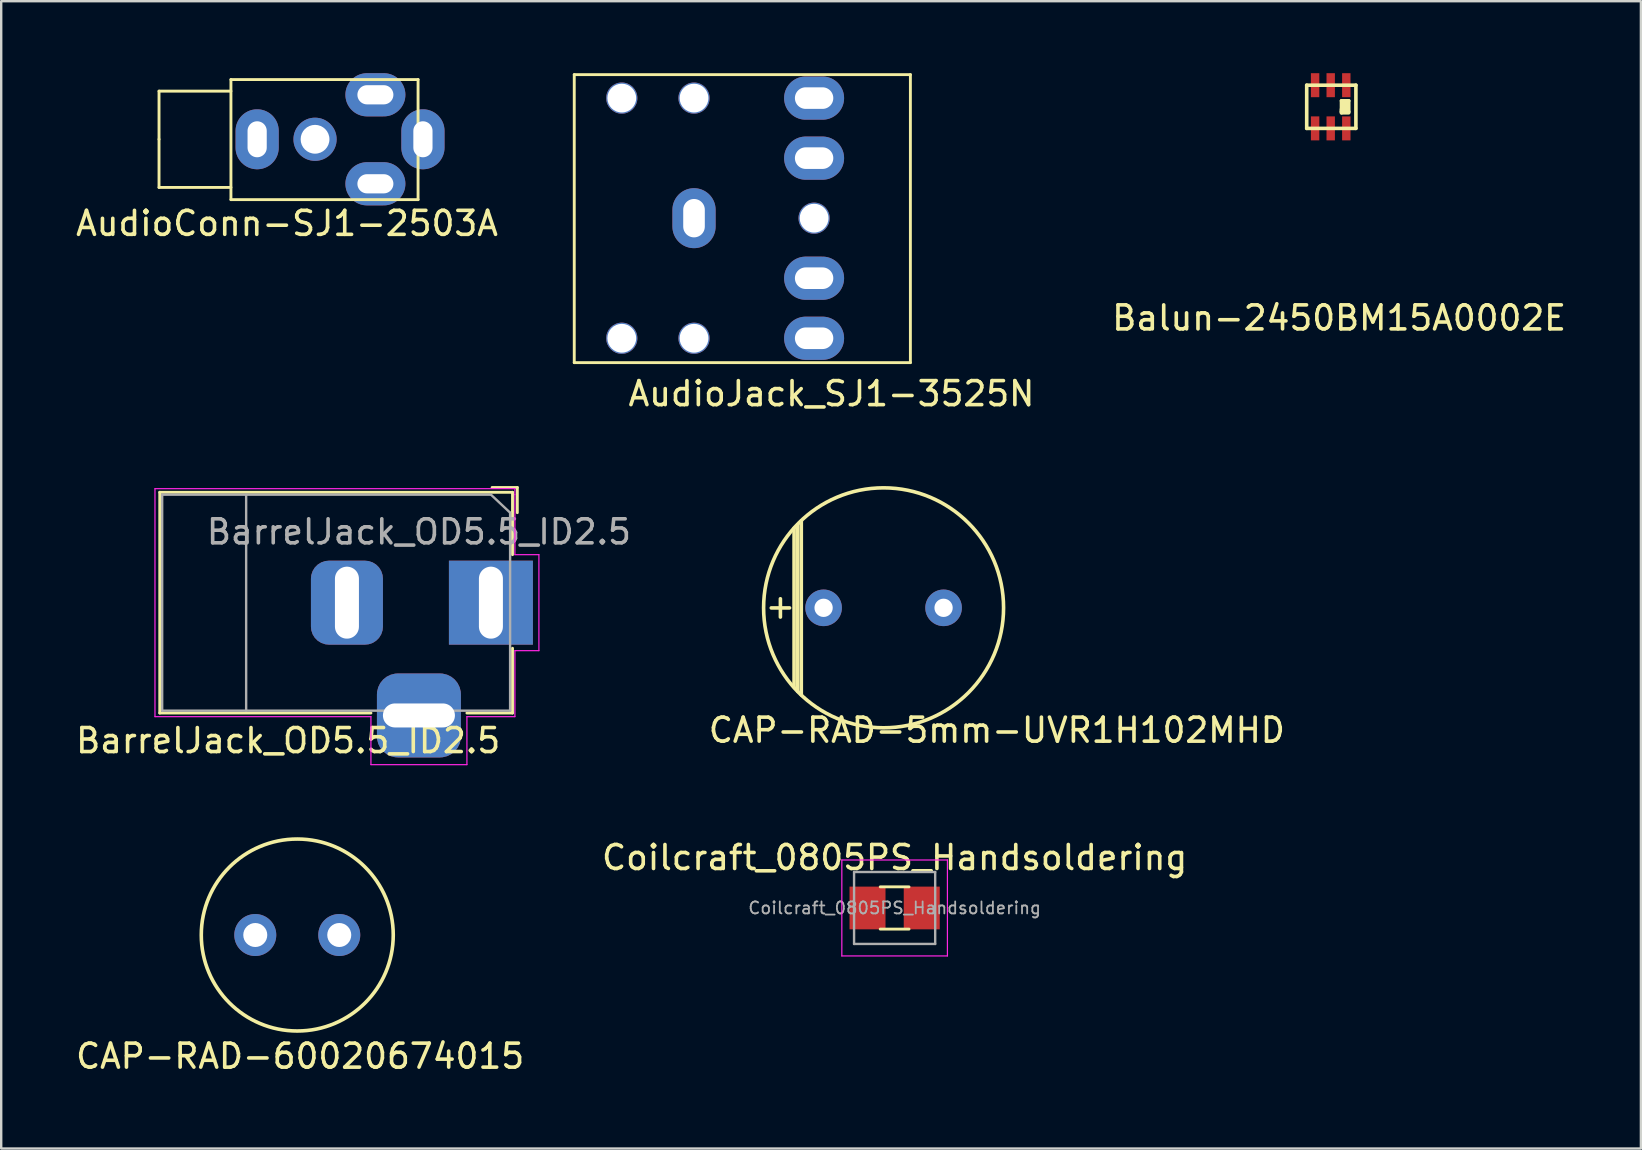
<source format=kicad_pcb>
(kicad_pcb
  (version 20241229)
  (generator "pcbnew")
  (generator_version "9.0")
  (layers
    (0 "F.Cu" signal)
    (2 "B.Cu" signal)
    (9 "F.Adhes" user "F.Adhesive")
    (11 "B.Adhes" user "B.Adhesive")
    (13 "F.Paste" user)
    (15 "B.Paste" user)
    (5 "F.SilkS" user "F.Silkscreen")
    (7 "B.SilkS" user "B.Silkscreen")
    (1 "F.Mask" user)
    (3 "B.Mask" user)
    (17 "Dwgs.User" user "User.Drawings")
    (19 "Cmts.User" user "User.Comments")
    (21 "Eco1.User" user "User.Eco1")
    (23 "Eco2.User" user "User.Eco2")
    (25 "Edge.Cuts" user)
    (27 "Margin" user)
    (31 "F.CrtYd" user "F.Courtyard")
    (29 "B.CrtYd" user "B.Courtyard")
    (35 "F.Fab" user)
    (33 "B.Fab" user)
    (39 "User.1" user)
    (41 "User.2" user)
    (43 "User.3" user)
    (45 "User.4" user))
  (footprint "BarrelJack_OD5.5_ID2.5"
    (layer "F.Cu")
    (at 17.408 22.065)
    (property "Reference" "BarrelJack_OD5.5_ID2.5" (at -8.45 5.75 0) (layer "F.SilkS") (effects (font (size 1 1) (thickness 0.15))))
    (attr through_hole)
    (fp_line (start -13.8 -4.6) (end 0.9 -4.6) (stroke (width 0.12) (type solid)) (layer "F.SilkS"))
    (fp_line (start -13.8 4.6) (end -13.8 -4.6) (stroke (width 0.12) (type solid)) (layer "F.SilkS"))
    (fp_line (start -5 4.6) (end -13.8 4.6) (stroke (width 0.12) (type solid)) (layer "F.SilkS"))
    (fp_line (start 0.05 -4.8) (end 1.1 -4.8) (stroke (width 0.12) (type solid)) (layer "F.SilkS"))
    (fp_line (start 0.9 -4.6) (end 0.9 -2) (stroke (width 0.12) (type solid)) (layer "F.SilkS"))
    (fp_line (start 0.9 1.9) (end 0.9 4.6) (stroke (width 0.12) (type solid)) (layer "F.SilkS"))
    (fp_line (start 0.9 4.6) (end -1 4.6) (stroke (width 0.12) (type solid)) (layer "F.SilkS"))
    (fp_line (start 1.1 -3.75) (end 1.1 -4.8) (stroke (width 0.12) (type solid)) (layer "F.SilkS"))
    (fp_line (start -14 4.75) (end -14 -4.75) (stroke (width 0.05) (type solid)) (layer "F.CrtYd"))
    (fp_line (start -5 4.75) (end -14 4.75) (stroke (width 0.05) (type solid)) (layer "F.CrtYd"))
    (fp_line (start -5 6.75) (end -5 4.75) (stroke (width 0.05) (type solid)) (layer "F.CrtYd"))
    (fp_line (start -1 4.75) (end -1 6.75) (stroke (width 0.05) (type solid)) (layer "F.CrtYd"))
    (fp_line (start -1 6.75) (end -5 6.75) (stroke (width 0.05) (type solid)) (layer "F.CrtYd"))
    (fp_line (start 1 -4.75) (end -14 -4.75) (stroke (width 0.05) (type solid)) (layer "F.CrtYd"))
    (fp_line (start 1 -4.5) (end 1 -4.75) (stroke (width 0.05) (type solid)) (layer "F.CrtYd"))
    (fp_line (start 1 -4.5) (end 1 -2) (stroke (width 0.05) (type solid)) (layer "F.CrtYd"))
    (fp_line (start 1 -2) (end 2 -2) (stroke (width 0.05) (type solid)) (layer "F.CrtYd"))
    (fp_line (start 1 2) (end 1 4.75) (stroke (width 0.05) (type solid)) (layer "F.CrtYd"))
    (fp_line (start 1 4.75) (end -1 4.75) (stroke (width 0.05) (type solid)) (layer "F.CrtYd"))
    (fp_line (start 2 -2) (end 2 2) (stroke (width 0.05) (type solid)) (layer "F.CrtYd"))
    (fp_line (start 2 2) (end 1 2) (stroke (width 0.05) (type solid)) (layer "F.CrtYd"))
    (fp_line (start -13.7 -4.5) (end -13.7 4.5) (stroke (width 0.1) (type solid)) (layer "F.Fab"))
    (fp_line (start -13.7 4.5) (end 0.8 4.5) (stroke (width 0.1) (type solid)) (layer "F.Fab"))
    (fp_line (start -10.2 -4.5) (end -10.2 4.5) (stroke (width 0.1) (type solid)) (layer "F.Fab"))
    (fp_line (start -0.003 -4.505) (end 0.8 -3.75) (stroke (width 0.1) (type solid)) (layer "F.Fab"))
    (fp_line (start 0 -4.5) (end -13.7 -4.5) (stroke (width 0.1) (type solid)) (layer "F.Fab"))
    (fp_line (start 0.8 4.5) (end 0.8 -3.75) (stroke (width 0.1) (type solid)) (layer "F.Fab"))
    (fp_text user "${REFERENCE}" (at -3 -2.95 0) (layer "F.Fab") (effects (font (size 1 1) (thickness 0.15))))
    (pad "1" thru_hole rect (at 0 0) (size 3.5 3.5) (drill oval 1 3) (layers "*.Cu" "*.Mask"))
    (pad "2" thru_hole roundrect (at -6 0) (size 3 3.5) (drill oval 1 3) (layers "*.Cu" "*.Mask") (roundrect_rratio 0.25))
    (pad "3" thru_hole roundrect (at -3 4.7) (size 3.5 3.5) (drill oval 3 1) (layers "*.Cu" "*.Mask") (roundrect_rratio 0.25)))
  (footprint "CAP-RAD-60020674015"
    (layer "F.Cu")
    (at 9.338 35.915)
    (property "Reference" "CAP-RAD-60020674015" (at 0.12 5.05 0) (layer "F.SilkS") (effects (font (size 1 1) (thickness 0.15))))
    (attr through_hole)
    (fp_circle (center 0 0) (end 4 0) (stroke (width 0.15) (type solid)) (fill no) (layer "F.SilkS"))
    (pad "1" thru_hole circle (at 1.75 0) (size 1.75 1.75) (drill 1) (layers "*.Cu" "*.Mask"))
    (pad "2" thru_hole circle (at -1.75 0) (size 1.75 1.75) (drill 1) (layers "*.Cu" "*.Mask")))
  (footprint "Coilcraft_0805PS_Handsoldering"
    (layer "F.Cu")
    (at 34.232 34.788)
    (property "Reference" "Coilcraft_0805PS_Handsoldering" (at 0 -2.1 0) (layer "F.SilkS") (effects (font (size 1 1) (thickness 0.15))))
    (attr smd)
    (fp_line (start -0.6 -0.88) (end 0.6 -0.88) (stroke (width 0.12) (type solid)) (layer "F.SilkS"))
    (fp_line (start 0.6 0.88) (end -0.6 0.88) (stroke (width 0.12) (type solid)) (layer "F.SilkS"))
    (fp_line (start -2.2 -2) (end -2.2 2) (stroke (width 0.05) (type solid)) (layer "F.CrtYd"))
    (fp_line (start -2.2 -2) (end 2.2 -2) (stroke (width 0.05) (type solid)) (layer "F.CrtYd"))
    (fp_line (start -2.2 2) (end 2.2 2) (stroke (width 0.05) (type solid)) (layer "F.CrtYd"))
    (fp_line (start 2.2 -2) (end 2.2 2) (stroke (width 0.05) (type solid)) (layer "F.CrtYd"))
    (fp_line (start -1.69 -1.5) (end 1.69 -1.5) (stroke (width 0.1) (type solid)) (layer "F.Fab"))
    (fp_line (start -1.69 1.5) (end -1.69 -1.5) (stroke (width 0.1) (type solid)) (layer "F.Fab"))
    (fp_line (start 1.69 -1.5) (end 1.69 1.5) (stroke (width 0.1) (type solid)) (layer "F.Fab"))
    (fp_line (start 1.69 1.5) (end -1.69 1.5) (stroke (width 0.1) (type solid)) (layer "F.Fab"))
    (fp_text user "${REFERENCE}" (at 0 0 0) (layer "F.Fab") (effects (font (size 0.5 0.5) (thickness 0.075))))
    (pad "1" smd rect (at -0.38 0) (size 1.5 1.78) (drill (offset -0.75 0)) (layers "F.Cu" "F.Mask" "F.Paste"))
    (pad "2" smd rect (at 0.38 0) (size 1.5 1.78) (drill (offset 0.75 0)) (layers "F.Cu" "F.Mask" "F.Paste")))
  (footprint "Balun-2450BM15A0002E"
    (layer "F.Cu")
    (at 51.755 2.3)
    (property "Reference" "Balun-2450BM15A0002E" (at 1 7.9 0) (layer "F.SilkS") (effects (font (size 1 1) (thickness 0.15))))
    (attr through_hole)
    (fp_line (start -0.35 -1.8) (end -0.35 0) (stroke (width 0.15) (type solid)) (layer "F.SilkS"))
    (fp_line (start -0.35 0) (end 1.7 0) (stroke (width 0.15) (type solid)) (layer "F.SilkS"))
    (fp_line (start 1.1 -1.15) (end 1.1 -0.7) (stroke (width 0.15) (type solid)) (layer "F.SilkS"))
    (fp_line (start 1.1 -0.8) (end 1.1 -0.65) (stroke (width 0.15) (type solid)) (layer "F.SilkS"))
    (fp_line (start 1.1 -0.7) (end 1.4 -0.7) (stroke (width 0.15) (type solid)) (layer "F.SilkS"))
    (fp_line (start 1.1 -0.65) (end 1.4 -0.65) (stroke (width 0.15) (type solid)) (layer "F.SilkS"))
    (fp_line (start 1.2 -1.05) (end 1.3 -1.05) (stroke (width 0.15) (type solid)) (layer "F.SilkS"))
    (fp_line (start 1.2 -0.8) (end 1.2 -1.05) (stroke (width 0.15) (type solid)) (layer "F.SilkS"))
    (fp_line (start 1.3 -1.05) (end 1.3 -0.9) (stroke (width 0.15) (type solid)) (layer "F.SilkS"))
    (fp_line (start 1.3 -0.8) (end 1.2 -0.8) (stroke (width 0.15) (type solid)) (layer "F.SilkS"))
    (fp_line (start 1.4 -1.15) (end 1.1 -1.15) (stroke (width 0.15) (type solid)) (layer "F.SilkS"))
    (fp_line (start 1.4 -0.7) (end 1.4 -1.15) (stroke (width 0.15) (type solid)) (layer "F.SilkS"))
    (fp_line (start 1.7 -1.8) (end -0.35 -1.8) (stroke (width 0.15) (type solid)) (layer "F.SilkS"))
    (fp_line (start 1.7 0) (end 1.7 -1.8) (stroke (width 0.15) (type solid)) (layer "F.SilkS"))
    (pad "1" smd rect (at 1.3 -1.8) (size 0.35 1) (layers "F.Cu" "F.Mask" "F.Paste"))
    (pad "2" smd rect (at 0.65 -1.8) (size 0.35 1) (layers "F.Cu" "F.Mask" "F.Paste"))
    (pad "2" smd rect (at 0.65 0) (size 0.35 1) (layers "F.Cu" "F.Mask" "F.Paste"))
    (pad "2" smd rect (at 1.3 0) (size 0.35 1) (layers "F.Cu" "F.Mask" "F.Paste"))
    (pad "3" smd rect (at 0 -1.8) (size 0.35 1) (layers "F.Cu" "F.Mask" "F.Paste"))
    (pad "3" smd rect (at 0 0) (size 0.35 1) (layers "F.Cu" "F.Mask" "F.Paste")))
  (footprint "AudioJack_SJ1-3525N"
    (layer "F.Cu")
    (at 30.876 6.042)
    (property "Reference" "AudioJack_SJ1-3525N" (at 0.724 7.315 0) (layer "F.SilkS") (effects (font (size 1 1) (thickness 0.15))))
    (attr through_hole)
    (fp_line (start -9.995 -5.982) (end -9.995 6.02) (stroke (width 0.12) (type solid)) (layer "F.SilkS"))
    (fp_line (start -9.995 6.02) (end 4.013 6.02) (stroke (width 0.12) (type solid)) (layer "F.SilkS"))
    (fp_line (start 4.013 -5.982) (end -9.995 -5.982) (stroke (width 0.12) (type solid)) (layer "F.SilkS"))
    (fp_line (start 4.013 6.02) (end 4.013 -5.982) (stroke (width 0.12) (type solid)) (layer "F.SilkS"))
    (pad "" thru_hole circle (at -8.014 -5.004) (size 1.3 1.3) (drill 1.2) (layers "*.Cu" "*.Mask"))
    (pad "" thru_hole circle (at -8.014 5.004) (size 1.3 1.3) (drill 1.2) (layers "*.Cu" "*.Mask"))
    (pad "" thru_hole circle (at -5.004 -5.004) (size 1.3 1.3) (drill 1.2) (layers "*.Cu" "*.Mask"))
    (pad "" thru_hole circle (at -5.004 5.004) (size 1.3 1.3) (drill 1.2) (layers "*.Cu" "*.Mask"))
    (pad "" thru_hole circle (at 0 0) (size 1.3 1.3) (drill 1.2) (layers "*.Cu" "*.Mask"))
    (pad "1" thru_hole oval (at -5.004 0 90) (size 2.5 1.8) (drill oval 1.6 0.9) (layers "*.Cu" "*.Mask"))
    (pad "2" thru_hole oval (at 0 -5.004) (size 2.5 1.8) (drill oval 1.6 0.9) (layers "*.Cu" "*.Mask"))
    (pad "3" thru_hole oval (at 0 5.004) (size 2.5 1.8) (drill oval 1.6 0.9) (layers "*.Cu" "*.Mask"))
    (pad "10" thru_hole oval (at 0 -2.502) (size 2.5 1.8) (drill oval 1.6 0.9) (layers "*.Cu" "*.Mask"))
    (pad "11" thru_hole oval (at 0 2.502) (size 2.5 1.8) (drill oval 1.6 0.9) (layers "*.Cu" "*.Mask")))
  (footprint "AudioConn-SJ1-2503A"
    (layer "F.Cu")
    (at 6.574 5.269)
    (property "Reference" "AudioConn-SJ1-2503A" (at 2.337 0.991 180) (layer "F.SilkS") (effects (font (size 1 1) (thickness 0.15))))
    (attr through_hole)
    (fp_line (start -2.997 -4.521) (end -2.997 -2.515) (stroke (width 0.12) (type solid)) (layer "F.SilkS"))
    (fp_line (start -2.997 -4.521) (end 0 -4.521) (stroke (width 0.12) (type solid)) (layer "F.SilkS"))
    (fp_line (start -2.997 -2.515) (end -2.997 -0.508) (stroke (width 0.12) (type solid)) (layer "F.SilkS"))
    (fp_line (start -2.997 -0.508) (end 0 -0.508) (stroke (width 0.12) (type solid)) (layer "F.SilkS"))
    (fp_line (start 0 -5.004) (end 0 0) (stroke (width 0.12) (type solid)) (layer "F.SilkS"))
    (fp_line (start 0 0) (end 7.798 0) (stroke (width 0.12) (type solid)) (layer "F.SilkS"))
    (fp_line (start 7.798 -5.004) (end 0 -5.004) (stroke (width 0.12) (type solid)) (layer "F.SilkS"))
    (fp_line (start 7.798 0) (end 7.798 -5.004) (stroke (width 0.12) (type solid)) (layer "F.SilkS"))
    (pad "" thru_hole circle (at 3.505 -2.515 180) (size 1.8 1.8) (drill 1.2) (layers "*.Cu" "*.Mask"))
    (pad "1" thru_hole oval (at 1.092 -2.515 180) (size 1.8 2.5) (drill oval 0.8 1.5) (layers "*.Cu" "*.Mask"))
    (pad "2" thru_hole oval (at 6.02 -0.66 270) (size 1.8 2.5) (drill oval 0.8 1.5) (layers "*.Cu" "*.Mask"))
    (pad "3" thru_hole oval (at 6.02 -4.369 270) (size 1.8 2.5) (drill oval 0.8 1.5) (layers "*.Cu" "*.Mask"))
    (pad "4" thru_hole oval (at 8.001 -2.515) (size 1.8 2.5) (drill oval 0.8 1.5) (layers "*.Cu" "*.Mask")))
  (footprint "CAP-RAD-5mm-UVR1H102MHD"
    (layer "F.Cu")
    (at 33.772 22.28)
    (property "Reference" "CAP-RAD-5mm-UVR1H102MHD" (at 4.72 5.1 0) (layer "F.SilkS") (effects (font (size 1 1) (thickness 0.15))))
    (attr through_hole)
    (fp_line (start -3.73 -3.32) (end -3.73 3.3) (stroke (width 0.15) (type solid)) (layer "F.SilkS"))
    (fp_line (start -3.58 -3.46) (end -3.58 3.48) (stroke (width 0.15) (type solid)) (layer "F.SilkS"))
    (fp_line (start -3.43 -3.62) (end -3.43 3.63) (stroke (width 0.15) (type solid)) (layer "F.SilkS"))
    (fp_circle (center 0 0) (end 5 0) (stroke (width 0.15) (type solid)) (fill no) (layer "F.SilkS"))
    (fp_text user "+" (at -4.3 -0.07 0) (layer "F.SilkS") (effects (font (size 1 1) (thickness 0.15))))
    (pad "1" thru_hole circle (at -2.5 0) (size 1.524 1.524) (drill 0.762) (layers "*.Cu" "*.Mask"))
    (pad "2" thru_hole circle (at 2.5 0) (size 1.524 1.524) (drill 0.762) (layers "*.Cu" "*.Mask")))
  (gr_rect
    (start -3 -3)
    (end 65.332 44.813)
    (stroke (width 0.1) (type default))
    (fill no)
    (layer "Edge.Cuts")))
</source>
